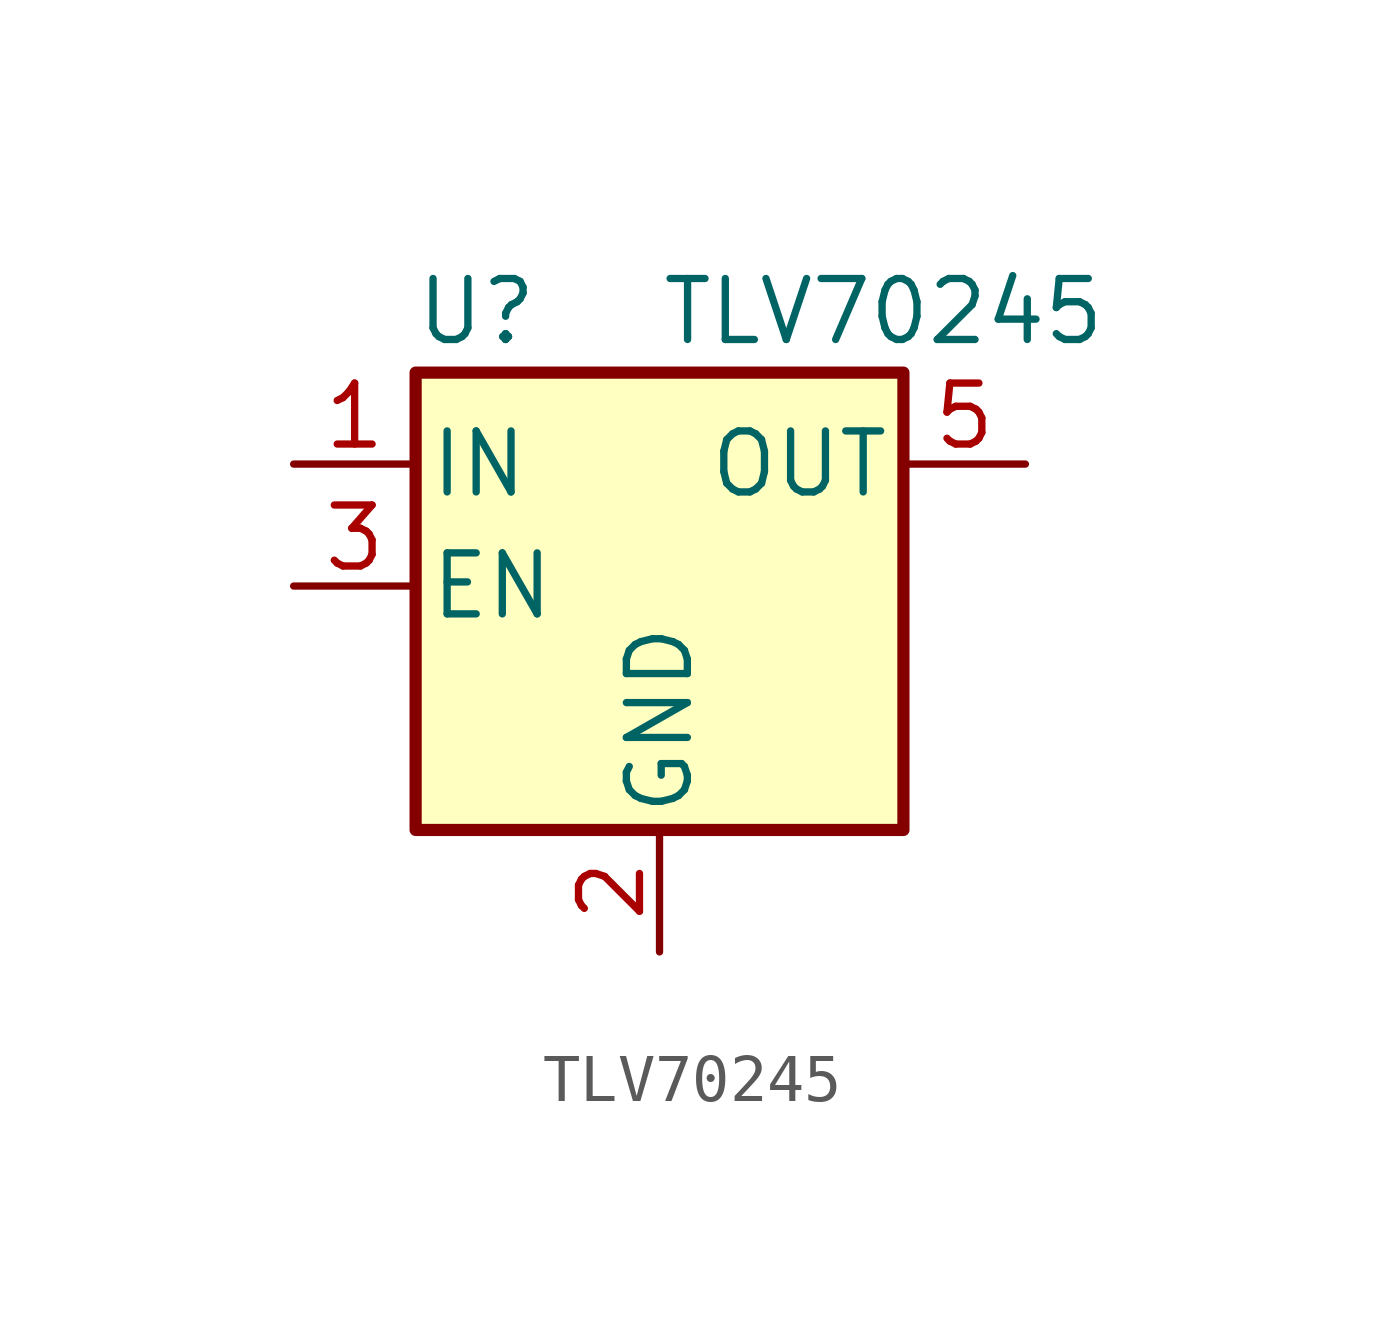
<source format=kicad_sym>
(kicad_symbol_lib
  (version 20241209)
  (generator "kicad_symbol_editor")
  (generator_version "9.0")
  (symbol "TLV70245"
    (pin_names
      (offset 0.254))
    (property "Reference" "U"
      (at -3.81 5.715 0)
      (effects (font (size 1.27 1.27))))
    (property "Value" "TLV70245"
      (at 0 5.715 0)
      (effects (font (size 1.27 1.27)) (justify left)))
    (symbol "TLV70245_0_1"
      (rectangle (start -5.08 4.445) (end 5.08 -5.08) (stroke (width 0.254) (type default)) (fill (type background))))
    (symbol "TLV70245_1_1"
      (pin power_in line (at -7.62 2.54 0) (length 2.54) (name "IN" (effects (font (size 1.27 1.27)))) (number "1" (effects (font (size 1.27 1.27)))))
      (pin input line (at -7.62 0 0) (length 2.54) (name "EN" (effects (font (size 1.27 1.27)))) (number "3" (effects (font (size 1.27 1.27)))))
      (pin power_in line (at 0 -7.62 90) (length 2.54) (name "GND" (effects (font (size 1.27 1.27)))) (number "2" (effects (font (size 1.27 1.27)))))
      (pin no_connect line (at 5.08 0 180) (length 2.54) (hide yes) (name "NC" (effects (font (size 1.27 1.27)))) (number "4" (effects (font (size 1.27 1.27)))))
      (pin power_out line (at 7.62 2.54 180) (length 2.54) (name "OUT" (effects (font (size 1.27 1.27)))) (number "5" (effects (font (size 1.27 1.27))))))))
</source>
